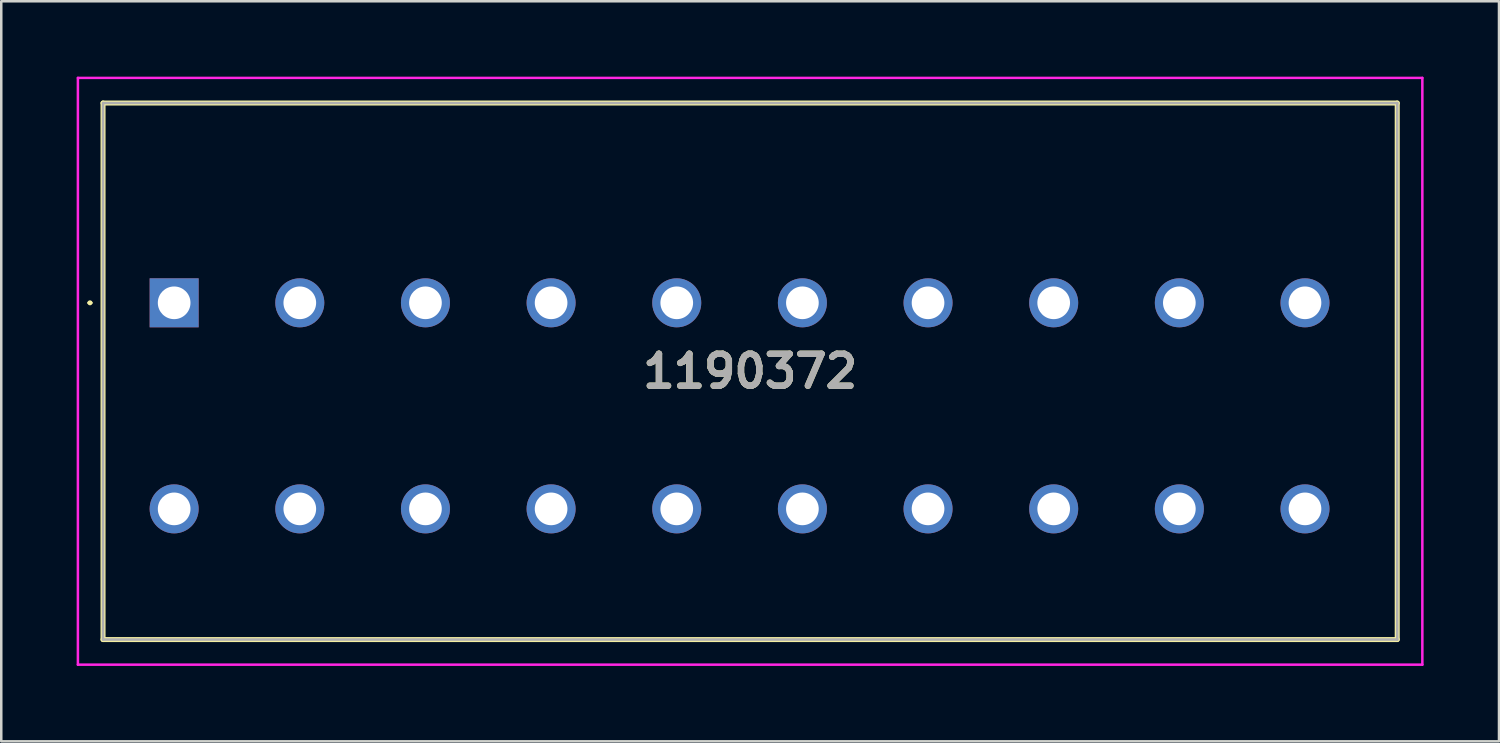
<source format=kicad_pcb>
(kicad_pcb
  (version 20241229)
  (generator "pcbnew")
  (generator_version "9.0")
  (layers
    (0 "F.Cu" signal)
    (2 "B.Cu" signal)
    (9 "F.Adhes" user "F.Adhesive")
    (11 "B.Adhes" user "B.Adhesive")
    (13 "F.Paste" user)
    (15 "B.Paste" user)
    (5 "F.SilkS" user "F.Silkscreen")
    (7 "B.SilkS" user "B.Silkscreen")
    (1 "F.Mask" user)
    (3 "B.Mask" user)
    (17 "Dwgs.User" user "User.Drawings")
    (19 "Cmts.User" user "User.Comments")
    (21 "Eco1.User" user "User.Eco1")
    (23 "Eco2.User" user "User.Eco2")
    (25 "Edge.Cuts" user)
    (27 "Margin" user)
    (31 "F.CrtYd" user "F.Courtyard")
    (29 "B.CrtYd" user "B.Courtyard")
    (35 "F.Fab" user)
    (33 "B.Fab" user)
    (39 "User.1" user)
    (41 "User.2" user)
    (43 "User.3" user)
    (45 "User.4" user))
  (footprint "1190372"
    (layer "F.Cu")
    (at 3.88 9)
    (property "Reference" "1190372" (at 22.92 2.725 0) (layer "F.SilkS") (effects (font (size 1.27 1.27) (thickness 0.254))))
    (attr through_hole)
    (fp_line (start -3.4 0) (end -3.4 0) (stroke (width 0.1) (type solid)) (layer "F.SilkS"))
    (fp_line (start -3.3 0) (end -3.3 0) (stroke (width 0.1) (type solid)) (layer "F.SilkS"))
    (fp_line (start -2.83 -7.95) (end 48.67 -7.95) (stroke (width 0.2) (type solid)) (layer "F.SilkS"))
    (fp_line (start -2.83 13.4) (end -2.83 -7.95) (stroke (width 0.2) (type solid)) (layer "F.SilkS"))
    (fp_line (start 48.67 -7.95) (end 48.67 13.4) (stroke (width 0.2) (type solid)) (layer "F.SilkS"))
    (fp_line (start 48.67 13.4) (end -2.83 13.4) (stroke (width 0.2) (type solid)) (layer "F.SilkS"))
    (fp_arc (start -3.4 0) (mid -3.35 -0.05) (end -3.3 0) (stroke (width 0.1) (type solid)) (layer "F.SilkS"))
    (fp_arc (start -3.3 0) (mid -3.35 0.05) (end -3.4 0) (stroke (width 0.1) (type solid)) (layer "F.SilkS"))
    (fp_line (start -3.83 -8.95) (end 49.67 -8.95) (stroke (width 0.1) (type solid)) (layer "F.CrtYd"))
    (fp_line (start -3.83 14.4) (end -3.83 -8.95) (stroke (width 0.1) (type solid)) (layer "F.CrtYd"))
    (fp_line (start 49.67 -8.95) (end 49.67 14.4) (stroke (width 0.1) (type solid)) (layer "F.CrtYd"))
    (fp_line (start 49.67 14.4) (end -3.83 14.4) (stroke (width 0.1) (type solid)) (layer "F.CrtYd"))
    (fp_line (start -2.83 -7.95) (end -2.83 13.4) (stroke (width 0.1) (type solid)) (layer "F.Fab"))
    (fp_line (start -2.83 13.4) (end 48.67 13.4) (stroke (width 0.1) (type solid)) (layer "F.Fab"))
    (fp_line (start 48.67 -7.95) (end -2.83 -7.95) (stroke (width 0.1) (type solid)) (layer "F.Fab"))
    (fp_line (start 48.67 13.4) (end 48.67 -7.95) (stroke (width 0.1) (type solid)) (layer "F.Fab"))
    (fp_text user "${REFERENCE}" (at 22.92 2.725 0) (layer "F.Fab") (effects (font (size 1.27 1.27) (thickness 0.254))))
    (pad "1" thru_hole rect (at 0 0) (size 1.95 1.95) (drill 1.3) (layers "*.Cu" "*.Mask"))
    (pad "2" thru_hole circle (at 5 0) (size 1.95 1.95) (drill 1.3) (layers "*.Cu" "*.Mask"))
    (pad "3" thru_hole circle (at 10 0) (size 1.95 1.95) (drill 1.3) (layers "*.Cu" "*.Mask"))
    (pad "4" thru_hole circle (at 15 0) (size 1.95 1.95) (drill 1.3) (layers "*.Cu" "*.Mask"))
    (pad "5" thru_hole circle (at 20 0) (size 1.95 1.95) (drill 1.3) (layers "*.Cu" "*.Mask"))
    (pad "6" thru_hole circle (at 25 0) (size 1.95 1.95) (drill 1.3) (layers "*.Cu" "*.Mask"))
    (pad "7" thru_hole circle (at 30 0) (size 1.95 1.95) (drill 1.3) (layers "*.Cu" "*.Mask"))
    (pad "8" thru_hole circle (at 35 0) (size 1.95 1.95) (drill 1.3) (layers "*.Cu" "*.Mask"))
    (pad "9" thru_hole circle (at 40 0) (size 1.95 1.95) (drill 1.3) (layers "*.Cu" "*.Mask"))
    (pad "10" thru_hole circle (at 45 0) (size 1.95 1.95) (drill 1.3) (layers "*.Cu" "*.Mask"))
    (pad "11" thru_hole circle (at 0 8.2) (size 1.95 1.95) (drill 1.3) (layers "*.Cu" "*.Mask"))
    (pad "12" thru_hole circle (at 5 8.2) (size 1.95 1.95) (drill 1.3) (layers "*.Cu" "*.Mask"))
    (pad "13" thru_hole circle (at 10 8.2) (size 1.95 1.95) (drill 1.3) (layers "*.Cu" "*.Mask"))
    (pad "14" thru_hole circle (at 15 8.2) (size 1.95 1.95) (drill 1.3) (layers "*.Cu" "*.Mask"))
    (pad "15" thru_hole circle (at 20 8.2) (size 1.95 1.95) (drill 1.3) (layers "*.Cu" "*.Mask"))
    (pad "16" thru_hole circle (at 25 8.2) (size 1.95 1.95) (drill 1.3) (layers "*.Cu" "*.Mask"))
    (pad "17" thru_hole circle (at 30 8.2) (size 1.95 1.95) (drill 1.3) (layers "*.Cu" "*.Mask"))
    (pad "18" thru_hole circle (at 35 8.2) (size 1.95 1.95) (drill 1.3) (layers "*.Cu" "*.Mask"))
    (pad "19" thru_hole circle (at 40 8.2) (size 1.95 1.95) (drill 1.3) (layers "*.Cu" "*.Mask"))
    (pad "20" thru_hole circle (at 45 8.2) (size 1.95 1.95) (drill 1.3) (layers "*.Cu" "*.Mask")))
  (gr_rect
    (start -3 -3)
    (end 56.6 26.45)
    (stroke (width 0.1) (type default))
    (fill no)
    (layer "Edge.Cuts")))
</source>
